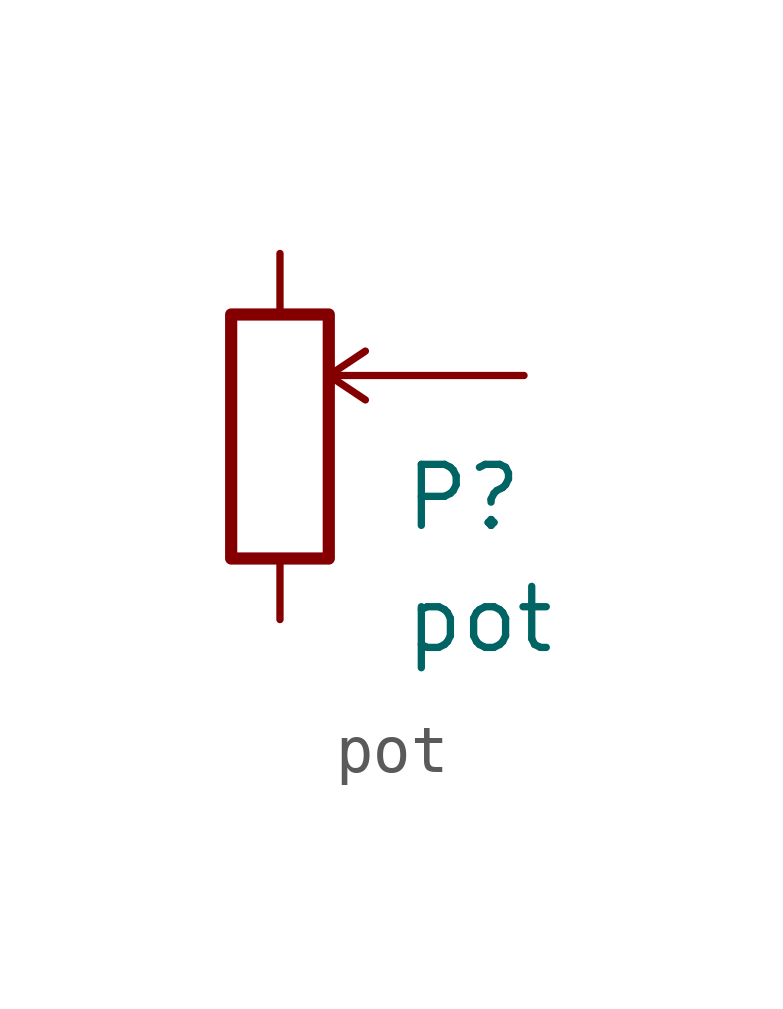
<source format=kicad_sym>
(kicad_symbol_lib
  (version 20241209)
  (generator "kicad_symbol_editor")
  (generator_version "9.0")
  (symbol "pot"
    (pin_numbers
      (hide yes))
    (pin_names
      (offset 0)
      (hide yes))
    (property "Reference" "P"
      (at 2.54 -5.08 0)
      (effects (font (size 1.27 1.27)) (justify left)))
    (property "Value" "pot"
      (at 2.54 -7.62 0)
      (effects (font (size 1.27 1.27)) (justify left)))
    (symbol "pot_0_1"
      (rectangle (start -1.016 -6.35) (end 1.016 -1.27) (stroke (width 0.254) (type default)) (fill (type none)))
      (polyline (pts (xy 1.016 -2.54) (xy 1.778 -2.032)) (stroke (width 0) (type default)) (fill (type none)))
      (polyline (pts (xy 1.016 -2.54) (xy 1.778 -3.048)) (stroke (width 0) (type default)) (fill (type none))))
    (symbol "pot_1_1"
      (pin passive line (at 0 0 270) (length 1.27) (name "~" (effects (font (size 1.27 1.27)))) (number "1" (effects (font (size 1.27 1.27)))))
      (pin passive line (at 0 -7.62 90) (length 1.27) (name "~" (effects (font (size 1.27 1.27)))) (number "3" (effects (font (size 1.27 1.27)))))
      (pin passive line (at 5.08 -2.54 180) (length 4.064) (name "" (effects (font (size 1.27 1.27)))) (number "2" (effects (font (size 1.27 1.27))))))))
</source>
